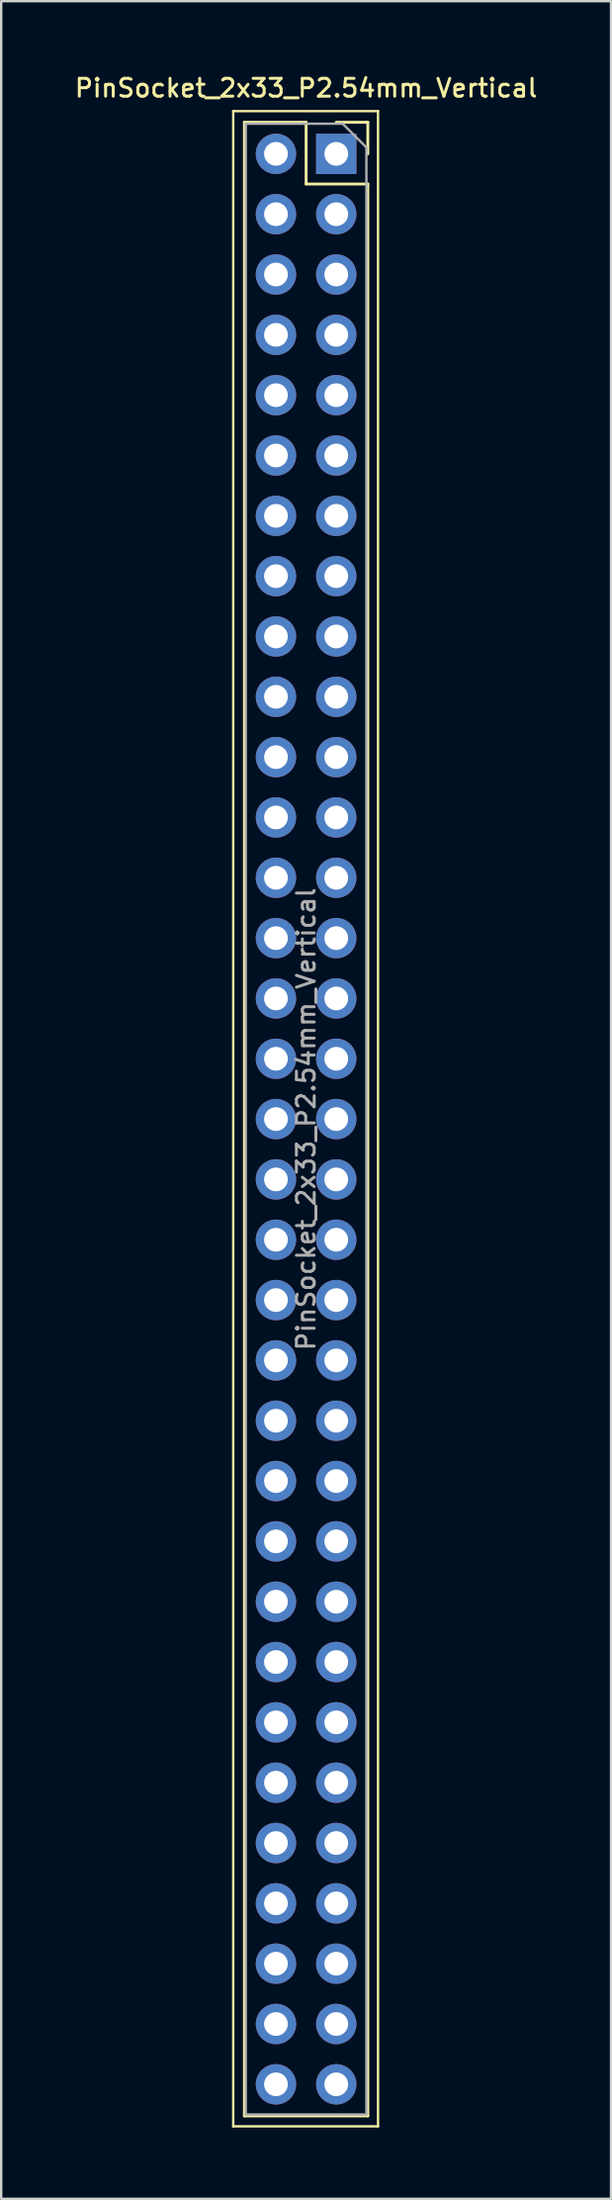
<source format=kicad_pcb>
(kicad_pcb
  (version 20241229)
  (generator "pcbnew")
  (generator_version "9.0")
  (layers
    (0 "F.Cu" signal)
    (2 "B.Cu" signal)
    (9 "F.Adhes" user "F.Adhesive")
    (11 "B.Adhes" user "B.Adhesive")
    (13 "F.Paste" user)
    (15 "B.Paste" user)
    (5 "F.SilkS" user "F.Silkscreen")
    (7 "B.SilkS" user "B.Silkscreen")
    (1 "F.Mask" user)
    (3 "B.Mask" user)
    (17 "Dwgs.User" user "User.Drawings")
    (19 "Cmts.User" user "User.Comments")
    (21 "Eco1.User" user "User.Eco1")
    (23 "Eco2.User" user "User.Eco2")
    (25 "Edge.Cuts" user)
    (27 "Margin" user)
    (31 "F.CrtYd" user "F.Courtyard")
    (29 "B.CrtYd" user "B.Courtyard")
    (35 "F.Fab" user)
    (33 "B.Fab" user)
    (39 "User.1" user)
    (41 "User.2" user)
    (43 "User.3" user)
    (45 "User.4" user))
  (footprint "PinSocket_2x33_P2.54mm_Vertical"
    (layer "F.Cu")
    (at 11.115 3.428)
    (property "Reference" "PinSocket_2x33_P2.54mm_Vertical" (at -1.27 -2.77 0) (layer "F.SilkS") (effects (font (size 0.75 0.75) (thickness 0.125))))
    (attr through_hole)
    (fp_line (start -4.34 -1.8) (end 1.76 -1.8) (stroke (width 0.1) (type solid)) (layer "F.SilkS"))
    (fp_line (start -4.34 83.05) (end -4.34 -1.8) (stroke (width 0.1) (type solid)) (layer "F.SilkS"))
    (fp_line (start -3.87 -1.33) (end -3.87 82.61) (stroke (width 0.12) (type solid)) (layer "F.SilkS"))
    (fp_line (start -3.87 -1.33) (end -1.27 -1.33) (stroke (width 0.12) (type solid)) (layer "F.SilkS"))
    (fp_line (start -3.87 82.61) (end 1.33 82.61) (stroke (width 0.12) (type solid)) (layer "F.SilkS"))
    (fp_line (start -1.27 -1.33) (end -1.27 1.27) (stroke (width 0.12) (type solid)) (layer "F.SilkS"))
    (fp_line (start -1.27 1.27) (end 1.33 1.27) (stroke (width 0.12) (type solid)) (layer "F.SilkS"))
    (fp_line (start 0 -1.33) (end 1.33 -1.33) (stroke (width 0.12) (type solid)) (layer "F.SilkS"))
    (fp_line (start 1.33 -1.33) (end 1.33 0) (stroke (width 0.12) (type solid)) (layer "F.SilkS"))
    (fp_line (start 1.33 1.27) (end 1.33 82.61) (stroke (width 0.12) (type solid)) (layer "F.SilkS"))
    (fp_line (start 1.76 -1.8) (end 1.76 83.05) (stroke (width 0.1) (type solid)) (layer "F.SilkS"))
    (fp_line (start 1.76 83.05) (end -4.34 83.05) (stroke (width 0.1) (type solid)) (layer "F.SilkS"))
    (fp_line (start -3.81 -1.27) (end 0.27 -1.27) (stroke (width 0.1) (type solid)) (layer "F.Fab"))
    (fp_line (start -3.81 82.55) (end -3.81 -1.27) (stroke (width 0.1) (type solid)) (layer "F.Fab"))
    (fp_line (start 0.27 -1.27) (end 1.27 -0.27) (stroke (width 0.1) (type solid)) (layer "F.Fab"))
    (fp_line (start 1.27 -0.27) (end 1.27 82.55) (stroke (width 0.1) (type solid)) (layer "F.Fab"))
    (fp_line (start 1.27 82.55) (end -3.81 82.55) (stroke (width 0.1) (type solid)) (layer "F.Fab"))
    (fp_text user "${REFERENCE}" (at -1.27 40.64 90) (layer "F.Fab") (effects (font (size 0.75 0.75) (thickness 0.125))))
    (pad "1" thru_hole rect (at 0 0) (size 1.7 1.7) (drill 1) (layers "*.Cu" "*.Mask"))
    (pad "2" thru_hole oval (at -2.54 0) (size 1.7 1.7) (drill 1) (layers "*.Cu" "*.Mask"))
    (pad "3" thru_hole oval (at 0 2.54) (size 1.7 1.7) (drill 1) (layers "*.Cu" "*.Mask"))
    (pad "4" thru_hole oval (at -2.54 2.54) (size 1.7 1.7) (drill 1) (layers "*.Cu" "*.Mask"))
    (pad "5" thru_hole oval (at 0 5.08) (size 1.7 1.7) (drill 1) (layers "*.Cu" "*.Mask"))
    (pad "6" thru_hole oval (at -2.54 5.08) (size 1.7 1.7) (drill 1) (layers "*.Cu" "*.Mask"))
    (pad "7" thru_hole oval (at 0 7.62) (size 1.7 1.7) (drill 1) (layers "*.Cu" "*.Mask"))
    (pad "8" thru_hole oval (at -2.54 7.62) (size 1.7 1.7) (drill 1) (layers "*.Cu" "*.Mask"))
    (pad "9" thru_hole oval (at 0 10.16) (size 1.7 1.7) (drill 1) (layers "*.Cu" "*.Mask"))
    (pad "10" thru_hole oval (at -2.54 10.16) (size 1.7 1.7) (drill 1) (layers "*.Cu" "*.Mask"))
    (pad "11" thru_hole oval (at 0 12.7) (size 1.7 1.7) (drill 1) (layers "*.Cu" "*.Mask"))
    (pad "12" thru_hole oval (at -2.54 12.7) (size 1.7 1.7) (drill 1) (layers "*.Cu" "*.Mask"))
    (pad "13" thru_hole oval (at 0 15.24) (size 1.7 1.7) (drill 1) (layers "*.Cu" "*.Mask"))
    (pad "14" thru_hole oval (at -2.54 15.24) (size 1.7 1.7) (drill 1) (layers "*.Cu" "*.Mask"))
    (pad "15" thru_hole oval (at 0 17.78) (size 1.7 1.7) (drill 1) (layers "*.Cu" "*.Mask"))
    (pad "16" thru_hole oval (at -2.54 17.78) (size 1.7 1.7) (drill 1) (layers "*.Cu" "*.Mask"))
    (pad "17" thru_hole oval (at 0 20.32) (size 1.7 1.7) (drill 1) (layers "*.Cu" "*.Mask"))
    (pad "18" thru_hole oval (at -2.54 20.32) (size 1.7 1.7) (drill 1) (layers "*.Cu" "*.Mask"))
    (pad "19" thru_hole oval (at 0 22.86) (size 1.7 1.7) (drill 1) (layers "*.Cu" "*.Mask"))
    (pad "20" thru_hole oval (at -2.54 22.86) (size 1.7 1.7) (drill 1) (layers "*.Cu" "*.Mask"))
    (pad "21" thru_hole oval (at 0 25.4) (size 1.7 1.7) (drill 1) (layers "*.Cu" "*.Mask"))
    (pad "22" thru_hole oval (at -2.54 25.4) (size 1.7 1.7) (drill 1) (layers "*.Cu" "*.Mask"))
    (pad "23" thru_hole oval (at 0 27.94) (size 1.7 1.7) (drill 1) (layers "*.Cu" "*.Mask"))
    (pad "24" thru_hole oval (at -2.54 27.94) (size 1.7 1.7) (drill 1) (layers "*.Cu" "*.Mask"))
    (pad "25" thru_hole oval (at 0 30.48) (size 1.7 1.7) (drill 1) (layers "*.Cu" "*.Mask"))
    (pad "26" thru_hole oval (at -2.54 30.48) (size 1.7 1.7) (drill 1) (layers "*.Cu" "*.Mask"))
    (pad "27" thru_hole oval (at 0 33.02) (size 1.7 1.7) (drill 1) (layers "*.Cu" "*.Mask"))
    (pad "28" thru_hole oval (at -2.54 33.02) (size 1.7 1.7) (drill 1) (layers "*.Cu" "*.Mask"))
    (pad "29" thru_hole oval (at 0 35.56) (size 1.7 1.7) (drill 1) (layers "*.Cu" "*.Mask"))
    (pad "30" thru_hole oval (at -2.54 35.56) (size 1.7 1.7) (drill 1) (layers "*.Cu" "*.Mask"))
    (pad "31" thru_hole oval (at 0 38.1) (size 1.7 1.7) (drill 1) (layers "*.Cu" "*.Mask"))
    (pad "32" thru_hole oval (at -2.54 38.1) (size 1.7 1.7) (drill 1) (layers "*.Cu" "*.Mask"))
    (pad "33" thru_hole oval (at 0 40.64) (size 1.7 1.7) (drill 1) (layers "*.Cu" "*.Mask"))
    (pad "34" thru_hole oval (at -2.54 40.64) (size 1.7 1.7) (drill 1) (layers "*.Cu" "*.Mask"))
    (pad "35" thru_hole oval (at 0 43.18) (size 1.7 1.7) (drill 1) (layers "*.Cu" "*.Mask"))
    (pad "36" thru_hole oval (at -2.54 43.18) (size 1.7 1.7) (drill 1) (layers "*.Cu" "*.Mask"))
    (pad "37" thru_hole oval (at 0 45.72) (size 1.7 1.7) (drill 1) (layers "*.Cu" "*.Mask"))
    (pad "38" thru_hole oval (at -2.54 45.72) (size 1.7 1.7) (drill 1) (layers "*.Cu" "*.Mask"))
    (pad "39" thru_hole oval (at 0 48.26) (size 1.7 1.7) (drill 1) (layers "*.Cu" "*.Mask"))
    (pad "40" thru_hole oval (at -2.54 48.26) (size 1.7 1.7) (drill 1) (layers "*.Cu" "*.Mask"))
    (pad "41" thru_hole oval (at 0 50.8) (size 1.7 1.7) (drill 1) (layers "*.Cu" "*.Mask"))
    (pad "42" thru_hole oval (at -2.54 50.8) (size 1.7 1.7) (drill 1) (layers "*.Cu" "*.Mask"))
    (pad "43" thru_hole oval (at 0 53.34) (size 1.7 1.7) (drill 1) (layers "*.Cu" "*.Mask"))
    (pad "44" thru_hole oval (at -2.54 53.34) (size 1.7 1.7) (drill 1) (layers "*.Cu" "*.Mask"))
    (pad "45" thru_hole oval (at 0 55.88) (size 1.7 1.7) (drill 1) (layers "*.Cu" "*.Mask"))
    (pad "46" thru_hole oval (at -2.54 55.88) (size 1.7 1.7) (drill 1) (layers "*.Cu" "*.Mask"))
    (pad "47" thru_hole oval (at 0 58.42) (size 1.7 1.7) (drill 1) (layers "*.Cu" "*.Mask"))
    (pad "48" thru_hole oval (at -2.54 58.42) (size 1.7 1.7) (drill 1) (layers "*.Cu" "*.Mask"))
    (pad "49" thru_hole oval (at 0 60.96) (size 1.7 1.7) (drill 1) (layers "*.Cu" "*.Mask"))
    (pad "50" thru_hole oval (at -2.54 60.96) (size 1.7 1.7) (drill 1) (layers "*.Cu" "*.Mask"))
    (pad "51" thru_hole oval (at 0 63.5) (size 1.7 1.7) (drill 1) (layers "*.Cu" "*.Mask"))
    (pad "52" thru_hole oval (at -2.54 63.5) (size 1.7 1.7) (drill 1) (layers "*.Cu" "*.Mask"))
    (pad "53" thru_hole oval (at 0 66.04) (size 1.7 1.7) (drill 1) (layers "*.Cu" "*.Mask"))
    (pad "54" thru_hole oval (at -2.54 66.04) (size 1.7 1.7) (drill 1) (layers "*.Cu" "*.Mask"))
    (pad "55" thru_hole oval (at 0 68.58) (size 1.7 1.7) (drill 1) (layers "*.Cu" "*.Mask"))
    (pad "56" thru_hole oval (at -2.54 68.58) (size 1.7 1.7) (drill 1) (layers "*.Cu" "*.Mask"))
    (pad "57" thru_hole oval (at 0 71.12) (size 1.7 1.7) (drill 1) (layers "*.Cu" "*.Mask"))
    (pad "58" thru_hole oval (at -2.54 71.12) (size 1.7 1.7) (drill 1) (layers "*.Cu" "*.Mask"))
    (pad "59" thru_hole oval (at 0 73.66) (size 1.7 1.7) (drill 1) (layers "*.Cu" "*.Mask"))
    (pad "60" thru_hole oval (at -2.54 73.66) (size 1.7 1.7) (drill 1) (layers "*.Cu" "*.Mask"))
    (pad "61" thru_hole oval (at 0 76.2) (size 1.7 1.7) (drill 1) (layers "*.Cu" "*.Mask"))
    (pad "62" thru_hole oval (at -2.54 76.2) (size 1.7 1.7) (drill 1) (layers "*.Cu" "*.Mask"))
    (pad "63" thru_hole oval (at 0 78.74) (size 1.7 1.7) (drill 1) (layers "*.Cu" "*.Mask"))
    (pad "64" thru_hole oval (at -2.54 78.74) (size 1.7 1.7) (drill 1) (layers "*.Cu" "*.Mask"))
    (pad "65" thru_hole oval (at 0 81.28) (size 1.7 1.7) (drill 1) (layers "*.Cu" "*.Mask"))
    (pad "66" thru_hole oval (at -2.54 81.28) (size 1.7 1.7) (drill 1) (layers "*.Cu" "*.Mask")))
  (gr_rect
    (start -3 -3)
    (end 22.689 89.528)
    (stroke (width 0.1) (type default))
    (fill no)
    (layer "Edge.Cuts")))
</source>
